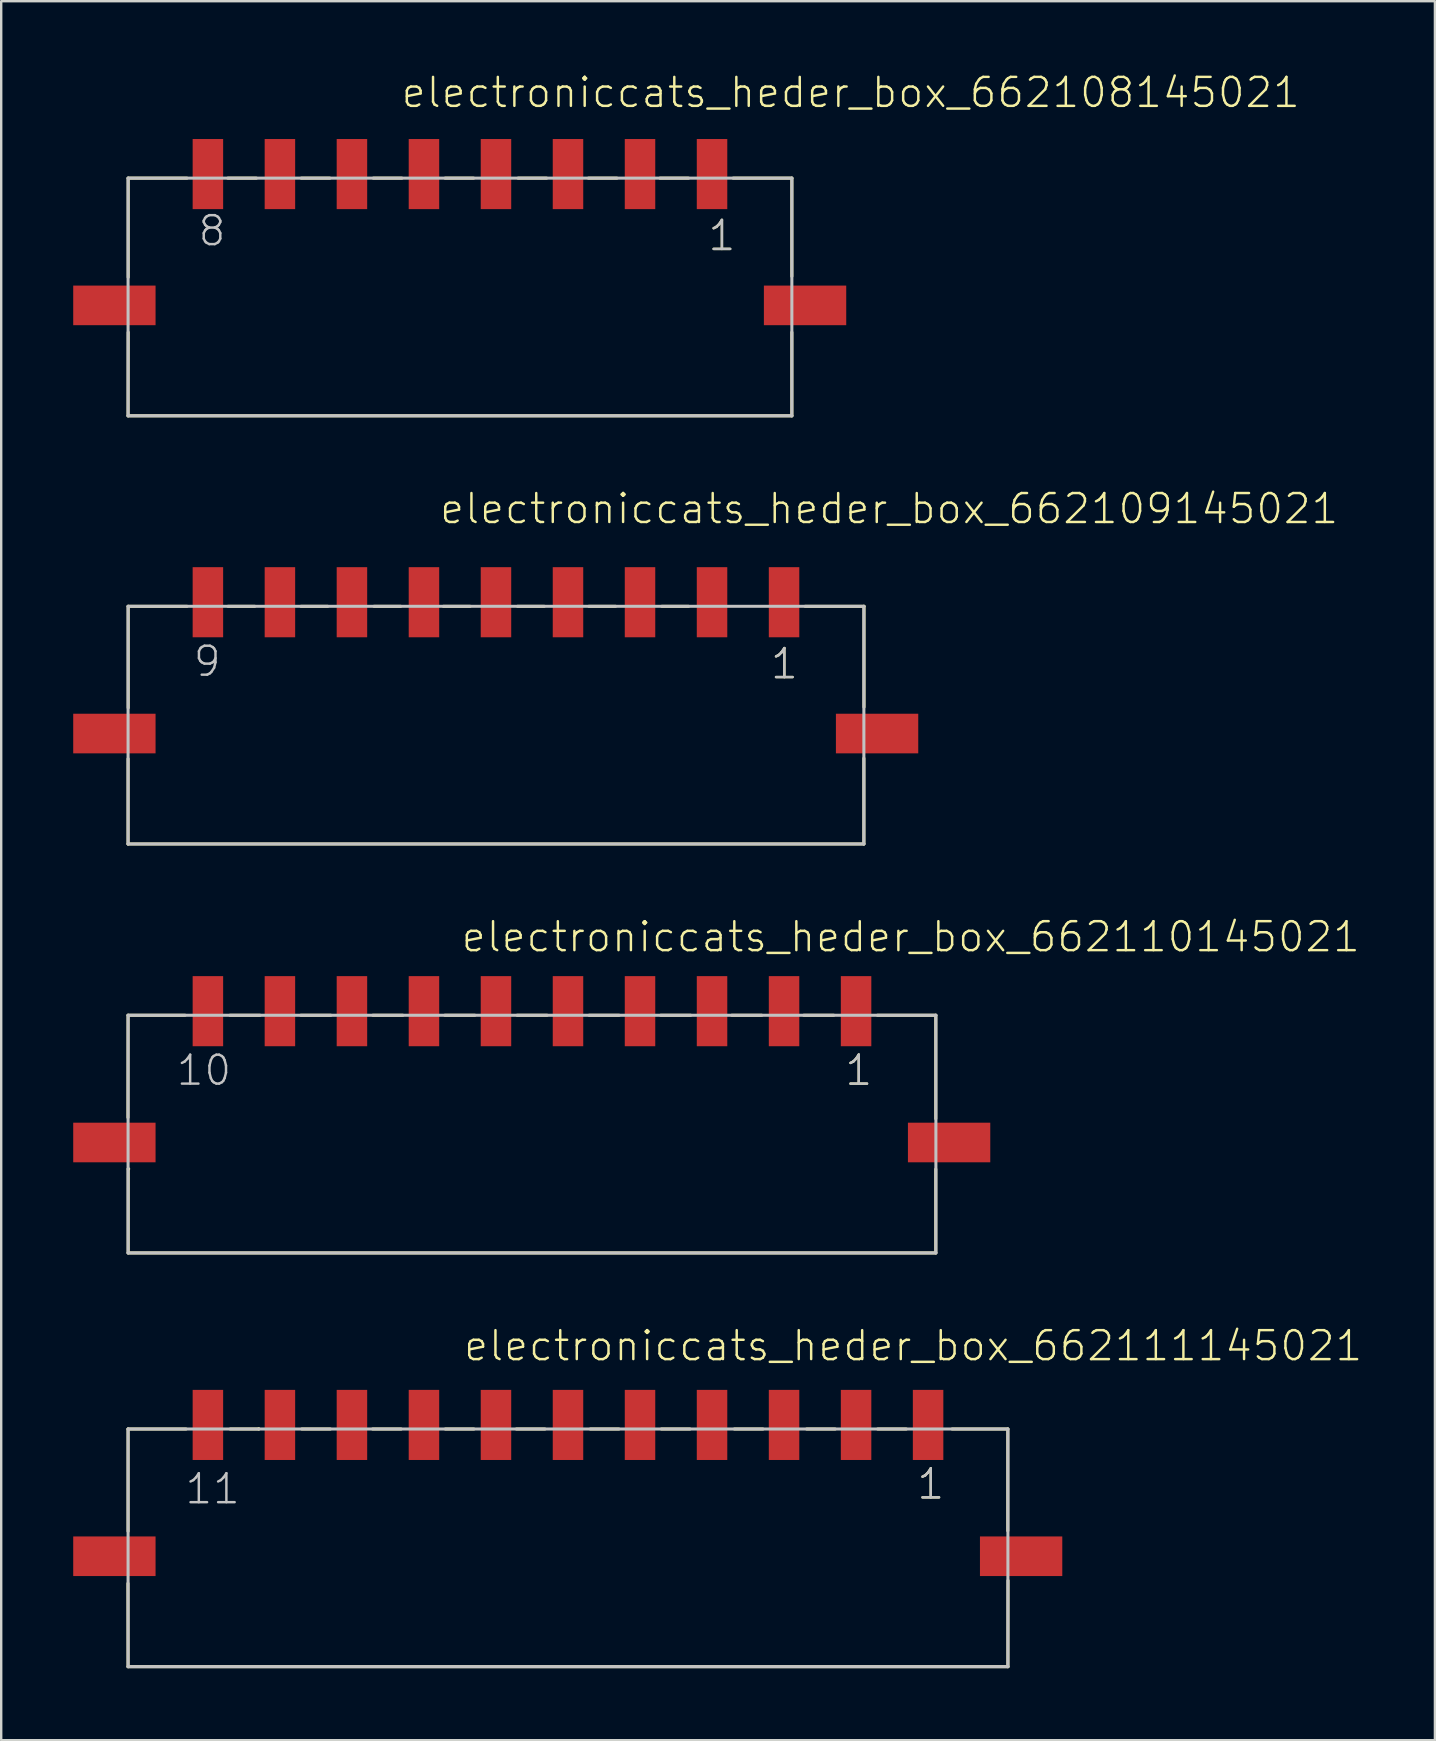
<source format=kicad_pcb>
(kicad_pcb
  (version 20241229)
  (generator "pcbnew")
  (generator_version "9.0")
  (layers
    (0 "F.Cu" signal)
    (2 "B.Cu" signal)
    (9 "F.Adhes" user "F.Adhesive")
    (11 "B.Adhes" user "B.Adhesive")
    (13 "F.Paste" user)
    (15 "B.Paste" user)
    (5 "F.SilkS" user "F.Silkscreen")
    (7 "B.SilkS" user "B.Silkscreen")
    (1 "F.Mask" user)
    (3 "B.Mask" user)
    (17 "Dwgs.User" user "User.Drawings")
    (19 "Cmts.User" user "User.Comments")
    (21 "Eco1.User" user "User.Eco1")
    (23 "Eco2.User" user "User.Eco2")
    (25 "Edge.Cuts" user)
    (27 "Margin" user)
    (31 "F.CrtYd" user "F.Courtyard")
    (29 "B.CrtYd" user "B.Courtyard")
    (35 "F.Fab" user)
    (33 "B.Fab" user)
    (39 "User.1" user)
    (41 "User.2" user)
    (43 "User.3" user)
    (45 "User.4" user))
  (footprint "electroniccats_heder_box_662109145021"
    (layer "F.Cu")
    (at 17.61 27.506)
    (property "Reference" "electroniccats_heder_box_662109145021" (at -2.41 -8.66 0) (layer "F.SilkS") (effects (font (size 1.206 1.206) (thickness 0.102)) (justify left bottom)))
    (attr through_hole)
    (fp_line (start -15.325 1.05) (end -15.325 4.6) (stroke (width 0.127) (type solid)) (layer "F.SilkS"))
    (fp_line (start -15.325 4.6) (end 15.325 4.6) (stroke (width 0.127) (type solid)) (layer "F.SilkS"))
    (fp_line (start -15.32 -5.3) (end -15.32 -1.07) (stroke (width 0.127) (type solid)) (layer "F.SilkS"))
    (fp_line (start -12.87 -5.3) (end -15.32 -5.3) (stroke (width 0.127) (type solid)) (layer "F.SilkS"))
    (fp_line (start -11.16 -5.3) (end -10.05 -5.3) (stroke (width 0.127) (type solid)) (layer "F.SilkS"))
    (fp_line (start -8.12 -5.3) (end -7.01 -5.3) (stroke (width 0.127) (type solid)) (layer "F.SilkS"))
    (fp_line (start -5.08 -5.3) (end -3.97 -5.3) (stroke (width 0.127) (type solid)) (layer "F.SilkS"))
    (fp_line (start -2.19 -5.3) (end -1.08 -5.3) (stroke (width 0.127) (type solid)) (layer "F.SilkS"))
    (fp_line (start 0.9 -5.3) (end 2.01 -5.3) (stroke (width 0.127) (type solid)) (layer "F.SilkS"))
    (fp_line (start 3.87 -5.3) (end 4.98 -5.3) (stroke (width 0.127) (type solid)) (layer "F.SilkS"))
    (fp_line (start 6.91 -5.3) (end 8.02 -5.3) (stroke (width 0.127) (type solid)) (layer "F.SilkS"))
    (fp_line (start 12.88 -5.3) (end 15.33 -5.3) (stroke (width 0.127) (type solid)) (layer "F.SilkS"))
    (fp_line (start 15.325 4.6) (end 15.325 1.03) (stroke (width 0.127) (type solid)) (layer "F.SilkS"))
    (fp_line (start 15.33 -5.3) (end 15.33 -1.1) (stroke (width 0.127) (type solid)) (layer "F.SilkS"))
    (fp_line (start -15.325 -5.3) (end 15.325 -5.3) (stroke (width 0.127) (type solid)) (layer "Dwgs.User"))
    (fp_line (start -15.325 4.6) (end -15.325 -5.3) (stroke (width 0.127) (type solid)) (layer "Dwgs.User"))
    (fp_line (start 15.325 -5.3) (end 15.325 4.6) (stroke (width 0.127) (type solid)) (layer "Dwgs.User"))
    (fp_line (start 15.325 4.6) (end -15.325 4.6) (stroke (width 0.127) (type solid)) (layer "Dwgs.User"))
    (fp_text user "1" (at 11.37 -2.2 0) (layer "F.SilkS") (effects (font (size 1.206 1.206) (thickness 0.102)) (justify left bottom)))
    (fp_text user "1" (at 11.37 -2.2 0) (layer "Dwgs.User") (effects (font (size 1.206 1.206) (thickness 0.102)) (justify left bottom)))
    (fp_text user "9" (at -12.67 -2.3 0) (layer "Dwgs.User") (effects (font (size 1.206 1.206) (thickness 0.102)) (justify left bottom)))
    (pad "1" smd rect (at 12 -5.47 90) (size 2.92 1.27) (layers "F.Cu" "F.Mask" "F.Paste"))
    (pad "2" smd rect (at 9 -5.47 90) (size 2.92 1.27) (layers "F.Cu" "F.Mask" "F.Paste"))
    (pad "3" smd rect (at 6 -5.47 90) (size 2.92 1.27) (layers "F.Cu" "F.Mask" "F.Paste"))
    (pad "4" smd rect (at 3 -5.47 90) (size 2.92 1.27) (layers "F.Cu" "F.Mask" "F.Paste"))
    (pad "5" smd rect (at 0 -5.47 90) (size 2.92 1.27) (layers "F.Cu" "F.Mask" "F.Paste"))
    (pad "6" smd rect (at -3 -5.47 90) (size 2.92 1.27) (layers "F.Cu" "F.Mask" "F.Paste"))
    (pad "7" smd rect (at -6 -5.47 90) (size 2.92 1.27) (layers "F.Cu" "F.Mask" "F.Paste"))
    (pad "8" smd rect (at -9 -5.47 90) (size 2.92 1.27) (layers "F.Cu" "F.Mask" "F.Paste"))
    (pad "9" smd rect (at -12 -5.47 90) (size 2.92 1.27) (layers "F.Cu" "F.Mask" "F.Paste"))
    (pad "M1" smd rect (at 15.875 0) (size 3.43 1.65) (layers "F.Cu" "F.Mask" "F.Paste"))
    (pad "M2" smd rect (at -15.895 0) (size 3.43 1.65) (layers "F.Cu" "F.Mask" "F.Paste")))
  (footprint "electroniccats_heder_box_662110145021"
    (layer "F.Cu")
    (at 19.11 44.541)
    (property "Reference" "electroniccats_heder_box_662110145021" (at -3.01 -7.86 0) (layer "F.SilkS") (effects (font (size 1.206 1.206) (thickness 0.102)) (justify left bottom)))
    (attr through_hole)
    (fp_line (start -16.825 -5.3) (end -16.83 -1.04) (stroke (width 0.127) (type solid)) (layer "F.SilkS"))
    (fp_line (start -16.82 1.1) (end -16.82 4.6) (stroke (width 0.127) (type solid)) (layer "F.SilkS"))
    (fp_line (start -16.82 4.6) (end 16.82 4.6) (stroke (width 0.127) (type solid)) (layer "F.SilkS"))
    (fp_line (start -16.8 1.1) (end -16.82 1.1) (stroke (width 0.127) (type solid)) (layer "F.SilkS"))
    (fp_line (start -14.45 -5.3) (end -16.825 -5.3) (stroke (width 0.127) (type solid)) (layer "F.SilkS"))
    (fp_line (start -12.58 -5.3) (end -11.33 -5.3) (stroke (width 0.127) (type solid)) (layer "F.SilkS"))
    (fp_line (start -9.63 -5.3) (end -8.38 -5.3) (stroke (width 0.127) (type solid)) (layer "F.SilkS"))
    (fp_line (start -6.63 -5.3) (end -5.38 -5.3) (stroke (width 0.127) (type solid)) (layer "F.SilkS"))
    (fp_line (start -3.63 -5.3) (end -2.38 -5.3) (stroke (width 0.127) (type solid)) (layer "F.SilkS"))
    (fp_line (start -0.62 -5.3) (end 0.63 -5.3) (stroke (width 0.127) (type solid)) (layer "F.SilkS"))
    (fp_line (start 2.38 -5.3) (end 3.63 -5.3) (stroke (width 0.127) (type solid)) (layer "F.SilkS"))
    (fp_line (start 5.36 -5.3) (end 6.61 -5.3) (stroke (width 0.127) (type solid)) (layer "F.SilkS"))
    (fp_line (start 8.32 -5.3) (end 9.57 -5.3) (stroke (width 0.127) (type solid)) (layer "F.SilkS"))
    (fp_line (start 11.32 -5.3) (end 12.57 -5.3) (stroke (width 0.127) (type solid)) (layer "F.SilkS"))
    (fp_line (start 14.39 -5.3) (end 16.82 -5.3) (stroke (width 0.127) (type solid)) (layer "F.SilkS"))
    (fp_line (start 16.82 -5.3) (end 16.82 -0.99) (stroke (width 0.127) (type solid)) (layer "F.SilkS"))
    (fp_line (start 16.82 4.6) (end 16.82 1.11) (stroke (width 0.127) (type solid)) (layer "F.SilkS"))
    (fp_line (start -16.825 -5.3) (end 16.825 -5.3) (stroke (width 0.127) (type solid)) (layer "Dwgs.User"))
    (fp_line (start -16.825 4.6) (end -16.825 -5.3) (stroke (width 0.127) (type solid)) (layer "Dwgs.User"))
    (fp_line (start 16.825 -5.3) (end 16.825 4.6) (stroke (width 0.127) (type solid)) (layer "Dwgs.User"))
    (fp_line (start 16.825 4.6) (end -16.825 4.6) (stroke (width 0.127) (type solid)) (layer "Dwgs.User"))
    (fp_text user "1" (at 12.97 -2.3 0) (layer "F.SilkS") (effects (font (size 1.206 1.206) (thickness 0.102)) (justify left bottom)))
    (fp_text user "10" (at -14.88 -2.3 0) (layer "Dwgs.User") (effects (font (size 1.206 1.206) (thickness 0.102)) (justify left bottom)))
    (fp_text user "1" (at 12.97 -2.3 0) (layer "Dwgs.User") (effects (font (size 1.206 1.206) (thickness 0.102)) (justify left bottom)))
    (pad "1" smd rect (at 13.5 -5.47 90) (size 2.92 1.27) (layers "F.Cu" "F.Mask" "F.Paste"))
    (pad "2" smd rect (at 10.5 -5.47 90) (size 2.92 1.27) (layers "F.Cu" "F.Mask" "F.Paste"))
    (pad "3" smd rect (at 7.5 -5.47 90) (size 2.92 1.27) (layers "F.Cu" "F.Mask" "F.Paste"))
    (pad "4" smd rect (at 4.5 -5.47 90) (size 2.92 1.27) (layers "F.Cu" "F.Mask" "F.Paste"))
    (pad "5" smd rect (at 1.5 -5.47 90) (size 2.92 1.27) (layers "F.Cu" "F.Mask" "F.Paste"))
    (pad "6" smd rect (at -1.5 -5.47 90) (size 2.92 1.27) (layers "F.Cu" "F.Mask" "F.Paste"))
    (pad "7" smd rect (at -4.5 -5.47 90) (size 2.92 1.27) (layers "F.Cu" "F.Mask" "F.Paste"))
    (pad "8" smd rect (at -7.5 -5.47 90) (size 2.92 1.27) (layers "F.Cu" "F.Mask" "F.Paste"))
    (pad "9" smd rect (at -10.5 -5.47 90) (size 2.92 1.27) (layers "F.Cu" "F.Mask" "F.Paste"))
    (pad "10" smd rect (at -13.5 -5.47 90) (size 2.92 1.27) (layers "F.Cu" "F.Mask" "F.Paste"))
    (pad "M1" smd rect (at 17.375 0) (size 3.43 1.65) (layers "F.Cu" "F.Mask" "F.Paste"))
    (pad "M2" smd rect (at -17.395 0) (size 3.43 1.65) (layers "F.Cu" "F.Mask" "F.Paste")))
  (footprint "electroniccats_heder_box_662111145021"
    (layer "F.Cu")
    (at 20.61 61.776)
    (property "Reference" "electroniccats_heder_box_662111145021" (at -4.41 -8.06 0) (layer "F.SilkS") (effects (font (size 1.206 1.206) (thickness 0.102)) (justify left bottom)))
    (attr through_hole)
    (fp_line (start -18.33 1.13) (end -18.325 4.6) (stroke (width 0.127) (type solid)) (layer "F.SilkS"))
    (fp_line (start -18.325 -5.3) (end -18.325 -1.04) (stroke (width 0.127) (type solid)) (layer "F.SilkS"))
    (fp_line (start -18.325 4.6) (end 18.325 4.6) (stroke (width 0.127) (type solid)) (layer "F.SilkS"))
    (fp_line (start -15.91 -5.3) (end -18.325 -5.3) (stroke (width 0.127) (type solid)) (layer "F.SilkS"))
    (fp_line (start -14.07 -5.3) (end -12.88 -5.3) (stroke (width 0.127) (type solid)) (layer "F.SilkS"))
    (fp_line (start -12.88 -5.3) (end -12.88 -5.31) (stroke (width 0.127) (type solid)) (layer "F.SilkS"))
    (fp_line (start -11.09 -5.3) (end -9.9 -5.3) (stroke (width 0.127) (type solid)) (layer "F.SilkS"))
    (fp_line (start -8.14 -5.3) (end -6.95 -5.3) (stroke (width 0.127) (type solid)) (layer "F.SilkS"))
    (fp_line (start -5.11 -5.3) (end -3.92 -5.3) (stroke (width 0.127) (type solid)) (layer "F.SilkS"))
    (fp_line (start -2.15 -5.3) (end -0.96 -5.3) (stroke (width 0.127) (type solid)) (layer "F.SilkS"))
    (fp_line (start 0.93 -5.3) (end 2.12 -5.3) (stroke (width 0.127) (type solid)) (layer "F.SilkS"))
    (fp_line (start 3.89 -5.3) (end 5.08 -5.3) (stroke (width 0.127) (type solid)) (layer "F.SilkS"))
    (fp_line (start 6.93 -5.3) (end 8.12 -5.3) (stroke (width 0.127) (type solid)) (layer "F.SilkS"))
    (fp_line (start 9.94 -5.3) (end 11.13 -5.3) (stroke (width 0.127) (type solid)) (layer "F.SilkS"))
    (fp_line (start 12.9 -5.3) (end 14.09 -5.3) (stroke (width 0.127) (type solid)) (layer "F.SilkS"))
    (fp_line (start 16 -5.3) (end 18.32 -5.3) (stroke (width 0.127) (type solid)) (layer "F.SilkS"))
    (fp_line (start 18.32 -5.3) (end 18.32 -1.06) (stroke (width 0.127) (type solid)) (layer "F.SilkS"))
    (fp_line (start 18.325 4.6) (end 18.33 1.01) (stroke (width 0.127) (type solid)) (layer "F.SilkS"))
    (fp_line (start -18.325 -5.3) (end 18.325 -5.3) (stroke (width 0.127) (type solid)) (layer "Dwgs.User"))
    (fp_line (start -18.325 4.6) (end -18.325 -5.3) (stroke (width 0.127) (type solid)) (layer "Dwgs.User"))
    (fp_line (start 18.325 -5.3) (end 18.325 4.6) (stroke (width 0.127) (type solid)) (layer "Dwgs.User"))
    (fp_line (start 18.325 4.6) (end -18.325 4.6) (stroke (width 0.127) (type solid)) (layer "Dwgs.User"))
    (fp_text user "1" (at 14.47 -2.3 0) (layer "F.SilkS") (effects (font (size 1.206 1.206) (thickness 0.102)) (justify left bottom)))
    (fp_text user "1" (at 14.47 -2.3 0) (layer "Dwgs.User") (effects (font (size 1.206 1.206) (thickness 0.102)) (justify left bottom)))
    (fp_text user "11" (at -16.02 -2.1 0) (layer "Dwgs.User") (effects (font (size 1.206 1.206) (thickness 0.102)) (justify left bottom)))
    (pad "1" smd rect (at 15 -5.47 90) (size 2.92 1.27) (layers "F.Cu" "F.Mask" "F.Paste"))
    (pad "2" smd rect (at 12 -5.47 90) (size 2.92 1.27) (layers "F.Cu" "F.Mask" "F.Paste"))
    (pad "3" smd rect (at 9 -5.47 90) (size 2.92 1.27) (layers "F.Cu" "F.Mask" "F.Paste"))
    (pad "4" smd rect (at 6 -5.47 90) (size 2.92 1.27) (layers "F.Cu" "F.Mask" "F.Paste"))
    (pad "5" smd rect (at 3 -5.47 90) (size 2.92 1.27) (layers "F.Cu" "F.Mask" "F.Paste"))
    (pad "6" smd rect (at 0 -5.47 90) (size 2.92 1.27) (layers "F.Cu" "F.Mask" "F.Paste"))
    (pad "7" smd rect (at -3 -5.47 90) (size 2.92 1.27) (layers "F.Cu" "F.Mask" "F.Paste"))
    (pad "8" smd rect (at -6 -5.47 90) (size 2.92 1.27) (layers "F.Cu" "F.Mask" "F.Paste"))
    (pad "9" smd rect (at -9 -5.47 90) (size 2.92 1.27) (layers "F.Cu" "F.Mask" "F.Paste"))
    (pad "10" smd rect (at -12 -5.47 90) (size 2.92 1.27) (layers "F.Cu" "F.Mask" "F.Paste"))
    (pad "11" smd rect (at -15 -5.47 90) (size 2.92 1.27) (layers "F.Cu" "F.Mask" "F.Paste"))
    (pad "M1" smd rect (at 18.875 0) (size 3.43 1.65) (layers "F.Cu" "F.Mask" "F.Paste"))
    (pad "M2" smd rect (at -18.895 0) (size 3.43 1.65) (layers "F.Cu" "F.Mask" "F.Paste")))
  (footprint "electroniccats_heder_box_662108145021"
    (layer "F.Cu")
    (at 16.11 9.671)
    (property "Reference" "electroniccats_heder_box_662108145021" (at -2.51 -8.16 0) (layer "F.SilkS") (effects (font (size 1.206 1.206) (thickness 0.102)) (justify left bottom)))
    (attr through_hole)
    (fp_line (start -13.825 4.6) (end 13.825 4.6) (stroke (width 0.127) (type solid)) (layer "F.SilkS"))
    (fp_line (start -13.82 -5.3) (end -13.82 -1.17) (stroke (width 0.127) (type solid)) (layer "F.SilkS"))
    (fp_line (start -13.82 1.12) (end -13.825 4.6) (stroke (width 0.127) (type solid)) (layer "F.SilkS"))
    (fp_line (start -11.37 -5.3) (end -13.82 -5.3) (stroke (width 0.127) (type solid)) (layer "F.SilkS"))
    (fp_line (start -9.67 -5.3) (end -8.48 -5.3) (stroke (width 0.127) (type solid)) (layer "F.SilkS"))
    (fp_line (start -6.61 -5.3) (end -5.42 -5.3) (stroke (width 0.127) (type solid)) (layer "F.SilkS"))
    (fp_line (start -3.61 -5.3) (end -2.42 -5.3) (stroke (width 0.127) (type solid)) (layer "F.SilkS"))
    (fp_line (start -0.62 -5.3) (end 0.57 -5.3) (stroke (width 0.127) (type solid)) (layer "F.SilkS"))
    (fp_line (start 2.42 -5.3) (end 3.61 -5.3) (stroke (width 0.127) (type solid)) (layer "F.SilkS"))
    (fp_line (start 5.35 -5.3) (end 6.54 -5.3) (stroke (width 0.127) (type solid)) (layer "F.SilkS"))
    (fp_line (start 8.33 -5.3) (end 9.52 -5.3) (stroke (width 0.127) (type solid)) (layer "F.SilkS"))
    (fp_line (start 11.38 -5.3) (end 13.825 -5.3) (stroke (width 0.127) (type solid)) (layer "F.SilkS"))
    (fp_line (start 13.825 -5.3) (end 13.825 -1.21) (stroke (width 0.127) (type solid)) (layer "F.SilkS"))
    (fp_line (start 13.825 4.6) (end 13.825 1.12) (stroke (width 0.127) (type solid)) (layer "F.SilkS"))
    (fp_line (start -13.825 -5.3) (end 13.825 -5.3) (stroke (width 0.127) (type solid)) (layer "Dwgs.User"))
    (fp_line (start -13.825 4.6) (end -13.825 -5.3) (stroke (width 0.127) (type solid)) (layer "Dwgs.User"))
    (fp_line (start 13.825 -5.3) (end 13.825 4.6) (stroke (width 0.127) (type solid)) (layer "Dwgs.User"))
    (fp_line (start 13.825 4.6) (end -13.825 4.6) (stroke (width 0.127) (type solid)) (layer "Dwgs.User"))
    (fp_text user "1" (at 10.27 -2.2 0) (layer "F.SilkS") (effects (font (size 1.206 1.206) (thickness 0.102)) (justify left bottom)))
    (fp_text user "8" (at -10.97 -2.4 0) (layer "Dwgs.User") (effects (font (size 1.206 1.206) (thickness 0.102)) (justify left bottom)))
    (fp_text user "1" (at 10.27 -2.2 0) (layer "Dwgs.User") (effects (font (size 1.206 1.206) (thickness 0.102)) (justify left bottom)))
    (pad "1" smd rect (at 10.5 -5.47 90) (size 2.92 1.27) (layers "F.Cu" "F.Mask" "F.Paste"))
    (pad "2" smd rect (at 7.5 -5.47 90) (size 2.92 1.27) (layers "F.Cu" "F.Mask" "F.Paste"))
    (pad "3" smd rect (at 4.5 -5.47 90) (size 2.92 1.27) (layers "F.Cu" "F.Mask" "F.Paste"))
    (pad "4" smd rect (at 1.5 -5.47 90) (size 2.92 1.27) (layers "F.Cu" "F.Mask" "F.Paste"))
    (pad "5" smd rect (at -1.5 -5.47 90) (size 2.92 1.27) (layers "F.Cu" "F.Mask" "F.Paste"))
    (pad "6" smd rect (at -4.5 -5.47 90) (size 2.92 1.27) (layers "F.Cu" "F.Mask" "F.Paste"))
    (pad "7" smd rect (at -7.5 -5.47 90) (size 2.92 1.27) (layers "F.Cu" "F.Mask" "F.Paste"))
    (pad "8" smd rect (at -10.5 -5.47 90) (size 2.92 1.27) (layers "F.Cu" "F.Mask" "F.Paste"))
    (pad "M1" smd rect (at 14.375 0) (size 3.43 1.65) (layers "F.Cu" "F.Mask" "F.Paste"))
    (pad "M2" smd rect (at -14.395 0) (size 3.43 1.65) (layers "F.Cu" "F.Mask" "F.Paste")))
  (gr_rect
    (start -3 -3)
    (end 56.722 69.439)
    (stroke (width 0.1) (type default))
    (fill no)
    (layer "Edge.Cuts")))
</source>
